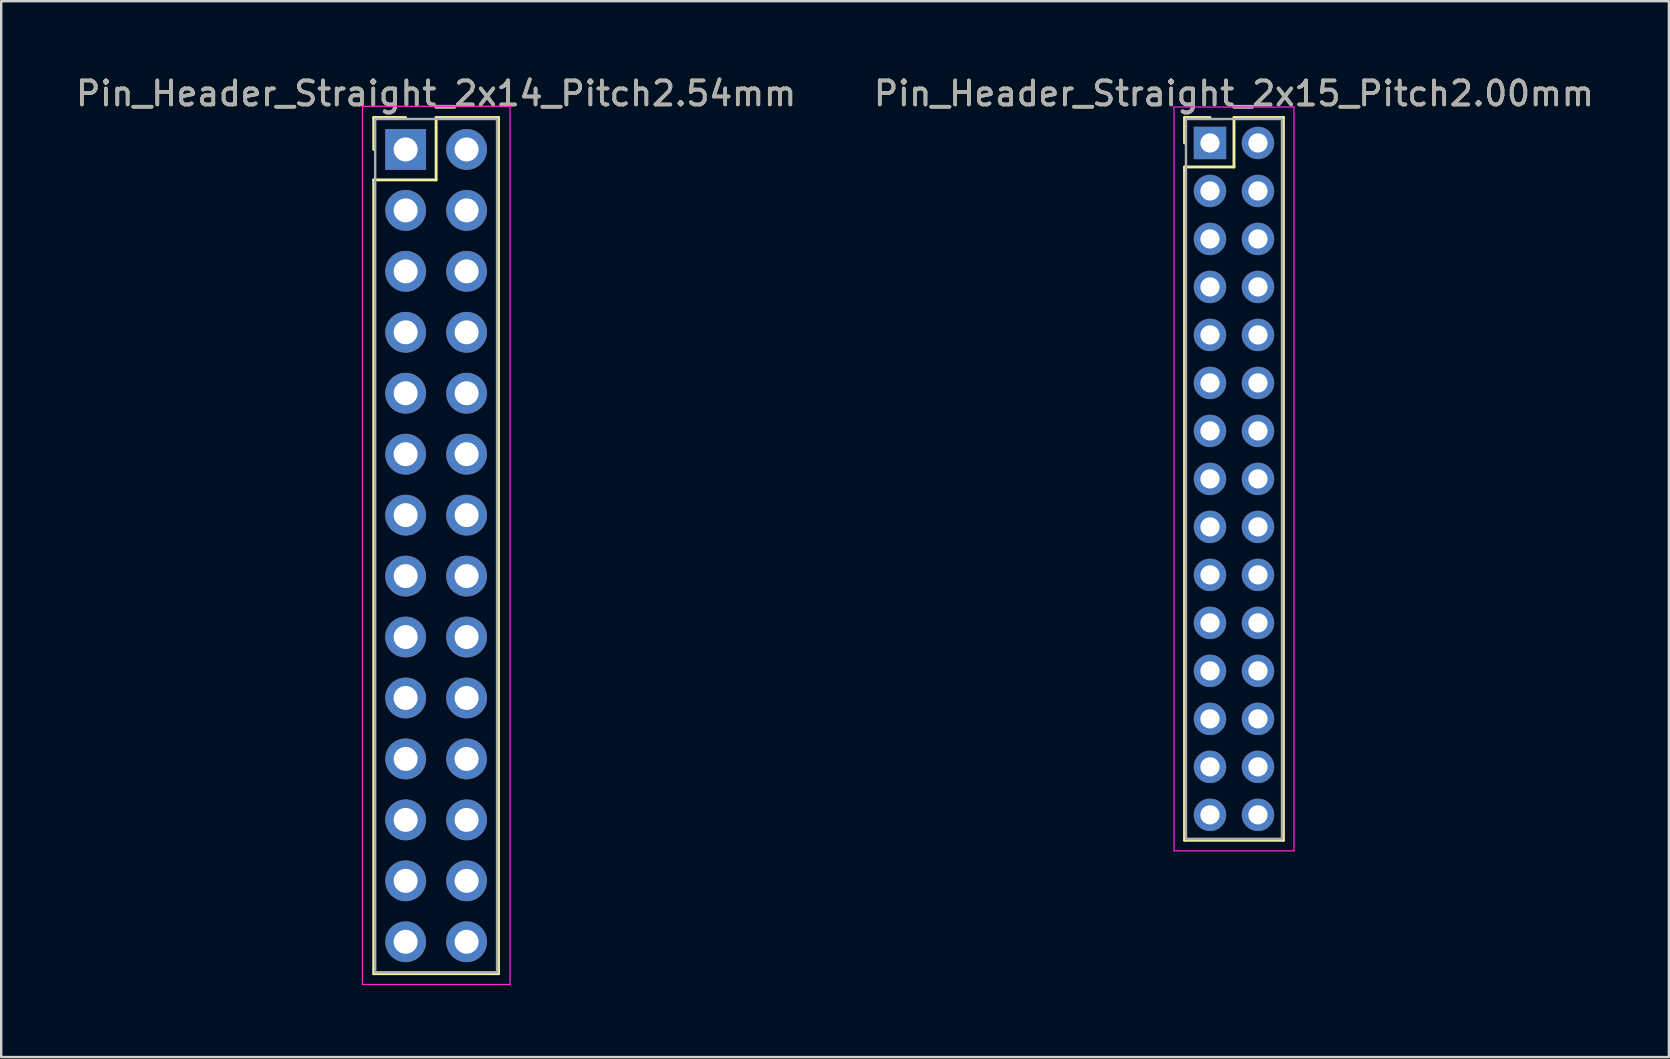
<source format=kicad_pcb>
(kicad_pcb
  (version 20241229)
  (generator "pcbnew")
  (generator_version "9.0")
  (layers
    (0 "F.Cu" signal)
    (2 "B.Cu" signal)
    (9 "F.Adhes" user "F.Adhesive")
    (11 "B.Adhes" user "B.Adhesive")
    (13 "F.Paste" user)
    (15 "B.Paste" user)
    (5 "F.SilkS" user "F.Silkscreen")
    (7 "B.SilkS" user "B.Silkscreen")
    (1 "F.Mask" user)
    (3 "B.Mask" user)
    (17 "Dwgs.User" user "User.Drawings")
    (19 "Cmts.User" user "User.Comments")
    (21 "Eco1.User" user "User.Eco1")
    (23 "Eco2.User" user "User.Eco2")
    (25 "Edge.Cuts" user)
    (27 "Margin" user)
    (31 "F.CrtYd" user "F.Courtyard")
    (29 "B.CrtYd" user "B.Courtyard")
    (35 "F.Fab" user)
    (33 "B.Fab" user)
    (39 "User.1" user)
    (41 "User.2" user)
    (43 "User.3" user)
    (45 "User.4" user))
  (footprint "Pin_Header_Straight_2x15_Pitch2.00mm"
    (layer "F.Cu")
    (at 47.375 2.908)
    (property "Reference" "Pin_Header_Straight_2x15_Pitch2.00mm" (at 1 -2.06 0) (layer "F.SilkS") (effects (font (size 1 1) (thickness 0.15))))
    (attr through_hole)
    (fp_line (start -1.06 -1.06) (end 0 -1.06) (stroke (width 0.12) (type solid)) (layer "F.SilkS"))
    (fp_line (start -1.06 0) (end -1.06 -1.06) (stroke (width 0.12) (type solid)) (layer "F.SilkS"))
    (fp_line (start -1.06 1) (end -1.06 29.06) (stroke (width 0.12) (type solid)) (layer "F.SilkS"))
    (fp_line (start -1.06 29.06) (end 3.06 29.06) (stroke (width 0.12) (type solid)) (layer "F.SilkS"))
    (fp_line (start 1 -1.06) (end 1 1) (stroke (width 0.12) (type solid)) (layer "F.SilkS"))
    (fp_line (start 1 1) (end -1.06 1) (stroke (width 0.12) (type solid)) (layer "F.SilkS"))
    (fp_line (start 3.06 -1.06) (end 1 -1.06) (stroke (width 0.12) (type solid)) (layer "F.SilkS"))
    (fp_line (start 3.06 29.06) (end 3.06 -1.06) (stroke (width 0.12) (type solid)) (layer "F.SilkS"))
    (fp_line (start -1.5 -1.5) (end -1.5 29.5) (stroke (width 0.05) (type solid)) (layer "F.CrtYd"))
    (fp_line (start -1.5 29.5) (end 3.5 29.5) (stroke (width 0.05) (type solid)) (layer "F.CrtYd"))
    (fp_line (start 3.5 -1.5) (end -1.5 -1.5) (stroke (width 0.05) (type solid)) (layer "F.CrtYd"))
    (fp_line (start 3.5 29.5) (end 3.5 -1.5) (stroke (width 0.05) (type solid)) (layer "F.CrtYd"))
    (fp_line (start -1 -1) (end -1 29) (stroke (width 0.1) (type solid)) (layer "F.Fab"))
    (fp_line (start -1 29) (end 3 29) (stroke (width 0.1) (type solid)) (layer "F.Fab"))
    (fp_line (start 3 -1) (end -1 -1) (stroke (width 0.1) (type solid)) (layer "F.Fab"))
    (fp_line (start 3 29) (end 3 -1) (stroke (width 0.1) (type solid)) (layer "F.Fab"))
    (fp_text user "${REFERENCE}" (at 1 -2.06 0) (layer "F.Fab") (effects (font (size 1 1) (thickness 0.15))))
    (pad "1" thru_hole rect (at 0 0) (size 1.35 1.35) (drill 0.8) (layers "*.Cu" "*.Mask"))
    (pad "2" thru_hole oval (at 2 0) (size 1.35 1.35) (drill 0.8) (layers "*.Cu" "*.Mask"))
    (pad "3" thru_hole oval (at 0 2) (size 1.35 1.35) (drill 0.8) (layers "*.Cu" "*.Mask"))
    (pad "4" thru_hole oval (at 2 2) (size 1.35 1.35) (drill 0.8) (layers "*.Cu" "*.Mask"))
    (pad "5" thru_hole oval (at 0 4) (size 1.35 1.35) (drill 0.8) (layers "*.Cu" "*.Mask"))
    (pad "6" thru_hole oval (at 2 4) (size 1.35 1.35) (drill 0.8) (layers "*.Cu" "*.Mask"))
    (pad "7" thru_hole oval (at 0 6) (size 1.35 1.35) (drill 0.8) (layers "*.Cu" "*.Mask"))
    (pad "8" thru_hole oval (at 2 6) (size 1.35 1.35) (drill 0.8) (layers "*.Cu" "*.Mask"))
    (pad "9" thru_hole oval (at 0 8) (size 1.35 1.35) (drill 0.8) (layers "*.Cu" "*.Mask"))
    (pad "10" thru_hole oval (at 2 8) (size 1.35 1.35) (drill 0.8) (layers "*.Cu" "*.Mask"))
    (pad "11" thru_hole oval (at 0 10) (size 1.35 1.35) (drill 0.8) (layers "*.Cu" "*.Mask"))
    (pad "12" thru_hole oval (at 2 10) (size 1.35 1.35) (drill 0.8) (layers "*.Cu" "*.Mask"))
    (pad "13" thru_hole oval (at 0 12) (size 1.35 1.35) (drill 0.8) (layers "*.Cu" "*.Mask"))
    (pad "14" thru_hole oval (at 2 12) (size 1.35 1.35) (drill 0.8) (layers "*.Cu" "*.Mask"))
    (pad "15" thru_hole oval (at 0 14) (size 1.35 1.35) (drill 0.8) (layers "*.Cu" "*.Mask"))
    (pad "16" thru_hole oval (at 2 14) (size 1.35 1.35) (drill 0.8) (layers "*.Cu" "*.Mask"))
    (pad "17" thru_hole oval (at 0 16) (size 1.35 1.35) (drill 0.8) (layers "*.Cu" "*.Mask"))
    (pad "18" thru_hole oval (at 2 16) (size 1.35 1.35) (drill 0.8) (layers "*.Cu" "*.Mask"))
    (pad "19" thru_hole oval (at 0 18) (size 1.35 1.35) (drill 0.8) (layers "*.Cu" "*.Mask"))
    (pad "20" thru_hole oval (at 2 18) (size 1.35 1.35) (drill 0.8) (layers "*.Cu" "*.Mask"))
    (pad "21" thru_hole oval (at 0 20) (size 1.35 1.35) (drill 0.8) (layers "*.Cu" "*.Mask"))
    (pad "22" thru_hole oval (at 2 20) (size 1.35 1.35) (drill 0.8) (layers "*.Cu" "*.Mask"))
    (pad "23" thru_hole oval (at 0 22) (size 1.35 1.35) (drill 0.8) (layers "*.Cu" "*.Mask"))
    (pad "24" thru_hole oval (at 2 22) (size 1.35 1.35) (drill 0.8) (layers "*.Cu" "*.Mask"))
    (pad "25" thru_hole oval (at 0 24) (size 1.35 1.35) (drill 0.8) (layers "*.Cu" "*.Mask"))
    (pad "26" thru_hole oval (at 2 24) (size 1.35 1.35) (drill 0.8) (layers "*.Cu" "*.Mask"))
    (pad "27" thru_hole oval (at 0 26) (size 1.35 1.35) (drill 0.8) (layers "*.Cu" "*.Mask"))
    (pad "28" thru_hole oval (at 2 26) (size 1.35 1.35) (drill 0.8) (layers "*.Cu" "*.Mask"))
    (pad "29" thru_hole oval (at 0 28) (size 1.35 1.35) (drill 0.8) (layers "*.Cu" "*.Mask"))
    (pad "30" thru_hole oval (at 2 28) (size 1.35 1.35) (drill 0.8) (layers "*.Cu" "*.Mask")))
  (footprint "Pin_Header_Straight_2x14_Pitch2.54mm"
    (layer "F.Cu")
    (at 13.855 3.178)
    (property "Reference" "Pin_Header_Straight_2x14_Pitch2.54mm" (at 1.27 -2.33 0) (layer "F.SilkS") (effects (font (size 1 1) (thickness 0.15))))
    (attr through_hole)
    (fp_line (start -1.33 -1.33) (end 0 -1.33) (stroke (width 0.12) (type solid)) (layer "F.SilkS"))
    (fp_line (start -1.33 0) (end -1.33 -1.33) (stroke (width 0.12) (type solid)) (layer "F.SilkS"))
    (fp_line (start -1.33 1.27) (end -1.33 34.35) (stroke (width 0.12) (type solid)) (layer "F.SilkS"))
    (fp_line (start -1.33 34.35) (end 3.87 34.35) (stroke (width 0.12) (type solid)) (layer "F.SilkS"))
    (fp_line (start 1.27 -1.33) (end 1.27 1.27) (stroke (width 0.12) (type solid)) (layer "F.SilkS"))
    (fp_line (start 1.27 1.27) (end -1.33 1.27) (stroke (width 0.12) (type solid)) (layer "F.SilkS"))
    (fp_line (start 3.87 -1.33) (end 1.27 -1.33) (stroke (width 0.12) (type solid)) (layer "F.SilkS"))
    (fp_line (start 3.87 34.35) (end 3.87 -1.33) (stroke (width 0.12) (type solid)) (layer "F.SilkS"))
    (fp_line (start -1.8 -1.8) (end -1.8 34.8) (stroke (width 0.05) (type solid)) (layer "F.CrtYd"))
    (fp_line (start -1.8 34.8) (end 4.35 34.8) (stroke (width 0.05) (type solid)) (layer "F.CrtYd"))
    (fp_line (start 4.35 -1.8) (end -1.8 -1.8) (stroke (width 0.05) (type solid)) (layer "F.CrtYd"))
    (fp_line (start 4.35 34.8) (end 4.35 -1.8) (stroke (width 0.05) (type solid)) (layer "F.CrtYd"))
    (fp_line (start -1.27 -1.27) (end -1.27 34.29) (stroke (width 0.1) (type solid)) (layer "F.Fab"))
    (fp_line (start -1.27 34.29) (end 3.81 34.29) (stroke (width 0.1) (type solid)) (layer "F.Fab"))
    (fp_line (start 3.81 -1.27) (end -1.27 -1.27) (stroke (width 0.1) (type solid)) (layer "F.Fab"))
    (fp_line (start 3.81 34.29) (end 3.81 -1.27) (stroke (width 0.1) (type solid)) (layer "F.Fab"))
    (fp_text user "${REFERENCE}" (at 1.27 -2.33 0) (layer "F.Fab") (effects (font (size 1 1) (thickness 0.15))))
    (pad "1" thru_hole rect (at 0 0) (size 1.7 1.7) (drill 1) (layers "*.Cu" "*.Mask"))
    (pad "2" thru_hole oval (at 2.54 0) (size 1.7 1.7) (drill 1) (layers "*.Cu" "*.Mask"))
    (pad "3" thru_hole oval (at 0 2.54) (size 1.7 1.7) (drill 1) (layers "*.Cu" "*.Mask"))
    (pad "4" thru_hole oval (at 2.54 2.54) (size 1.7 1.7) (drill 1) (layers "*.Cu" "*.Mask"))
    (pad "5" thru_hole oval (at 0 5.08) (size 1.7 1.7) (drill 1) (layers "*.Cu" "*.Mask"))
    (pad "6" thru_hole oval (at 2.54 5.08) (size 1.7 1.7) (drill 1) (layers "*.Cu" "*.Mask"))
    (pad "7" thru_hole oval (at 0 7.62) (size 1.7 1.7) (drill 1) (layers "*.Cu" "*.Mask"))
    (pad "8" thru_hole oval (at 2.54 7.62) (size 1.7 1.7) (drill 1) (layers "*.Cu" "*.Mask"))
    (pad "9" thru_hole oval (at 0 10.16) (size 1.7 1.7) (drill 1) (layers "*.Cu" "*.Mask"))
    (pad "10" thru_hole oval (at 2.54 10.16) (size 1.7 1.7) (drill 1) (layers "*.Cu" "*.Mask"))
    (pad "11" thru_hole oval (at 0 12.7) (size 1.7 1.7) (drill 1) (layers "*.Cu" "*.Mask"))
    (pad "12" thru_hole oval (at 2.54 12.7) (size 1.7 1.7) (drill 1) (layers "*.Cu" "*.Mask"))
    (pad "13" thru_hole oval (at 0 15.24) (size 1.7 1.7) (drill 1) (layers "*.Cu" "*.Mask"))
    (pad "14" thru_hole oval (at 2.54 15.24) (size 1.7 1.7) (drill 1) (layers "*.Cu" "*.Mask"))
    (pad "15" thru_hole oval (at 0 17.78) (size 1.7 1.7) (drill 1) (layers "*.Cu" "*.Mask"))
    (pad "16" thru_hole oval (at 2.54 17.78) (size 1.7 1.7) (drill 1) (layers "*.Cu" "*.Mask"))
    (pad "17" thru_hole oval (at 0 20.32) (size 1.7 1.7) (drill 1) (layers "*.Cu" "*.Mask"))
    (pad "18" thru_hole oval (at 2.54 20.32) (size 1.7 1.7) (drill 1) (layers "*.Cu" "*.Mask"))
    (pad "19" thru_hole oval (at 0 22.86) (size 1.7 1.7) (drill 1) (layers "*.Cu" "*.Mask"))
    (pad "20" thru_hole oval (at 2.54 22.86) (size 1.7 1.7) (drill 1) (layers "*.Cu" "*.Mask"))
    (pad "21" thru_hole oval (at 0 25.4) (size 1.7 1.7) (drill 1) (layers "*.Cu" "*.Mask"))
    (pad "22" thru_hole oval (at 2.54 25.4) (size 1.7 1.7) (drill 1) (layers "*.Cu" "*.Mask"))
    (pad "23" thru_hole oval (at 0 27.94) (size 1.7 1.7) (drill 1) (layers "*.Cu" "*.Mask"))
    (pad "24" thru_hole oval (at 2.54 27.94) (size 1.7 1.7) (drill 1) (layers "*.Cu" "*.Mask"))
    (pad "25" thru_hole oval (at 0 30.48) (size 1.7 1.7) (drill 1) (layers "*.Cu" "*.Mask"))
    (pad "26" thru_hole oval (at 2.54 30.48) (size 1.7 1.7) (drill 1) (layers "*.Cu" "*.Mask"))
    (pad "27" thru_hole oval (at 0 33.02) (size 1.7 1.7) (drill 1) (layers "*.Cu" "*.Mask"))
    (pad "28" thru_hole oval (at 2.54 33.02) (size 1.7 1.7) (drill 1) (layers "*.Cu" "*.Mask")))
  (gr_rect
    (start -3 -3)
    (end 66.5 41.003)
    (stroke (width 0.1) (type default))
    (fill no)
    (layer "Edge.Cuts")))
</source>
